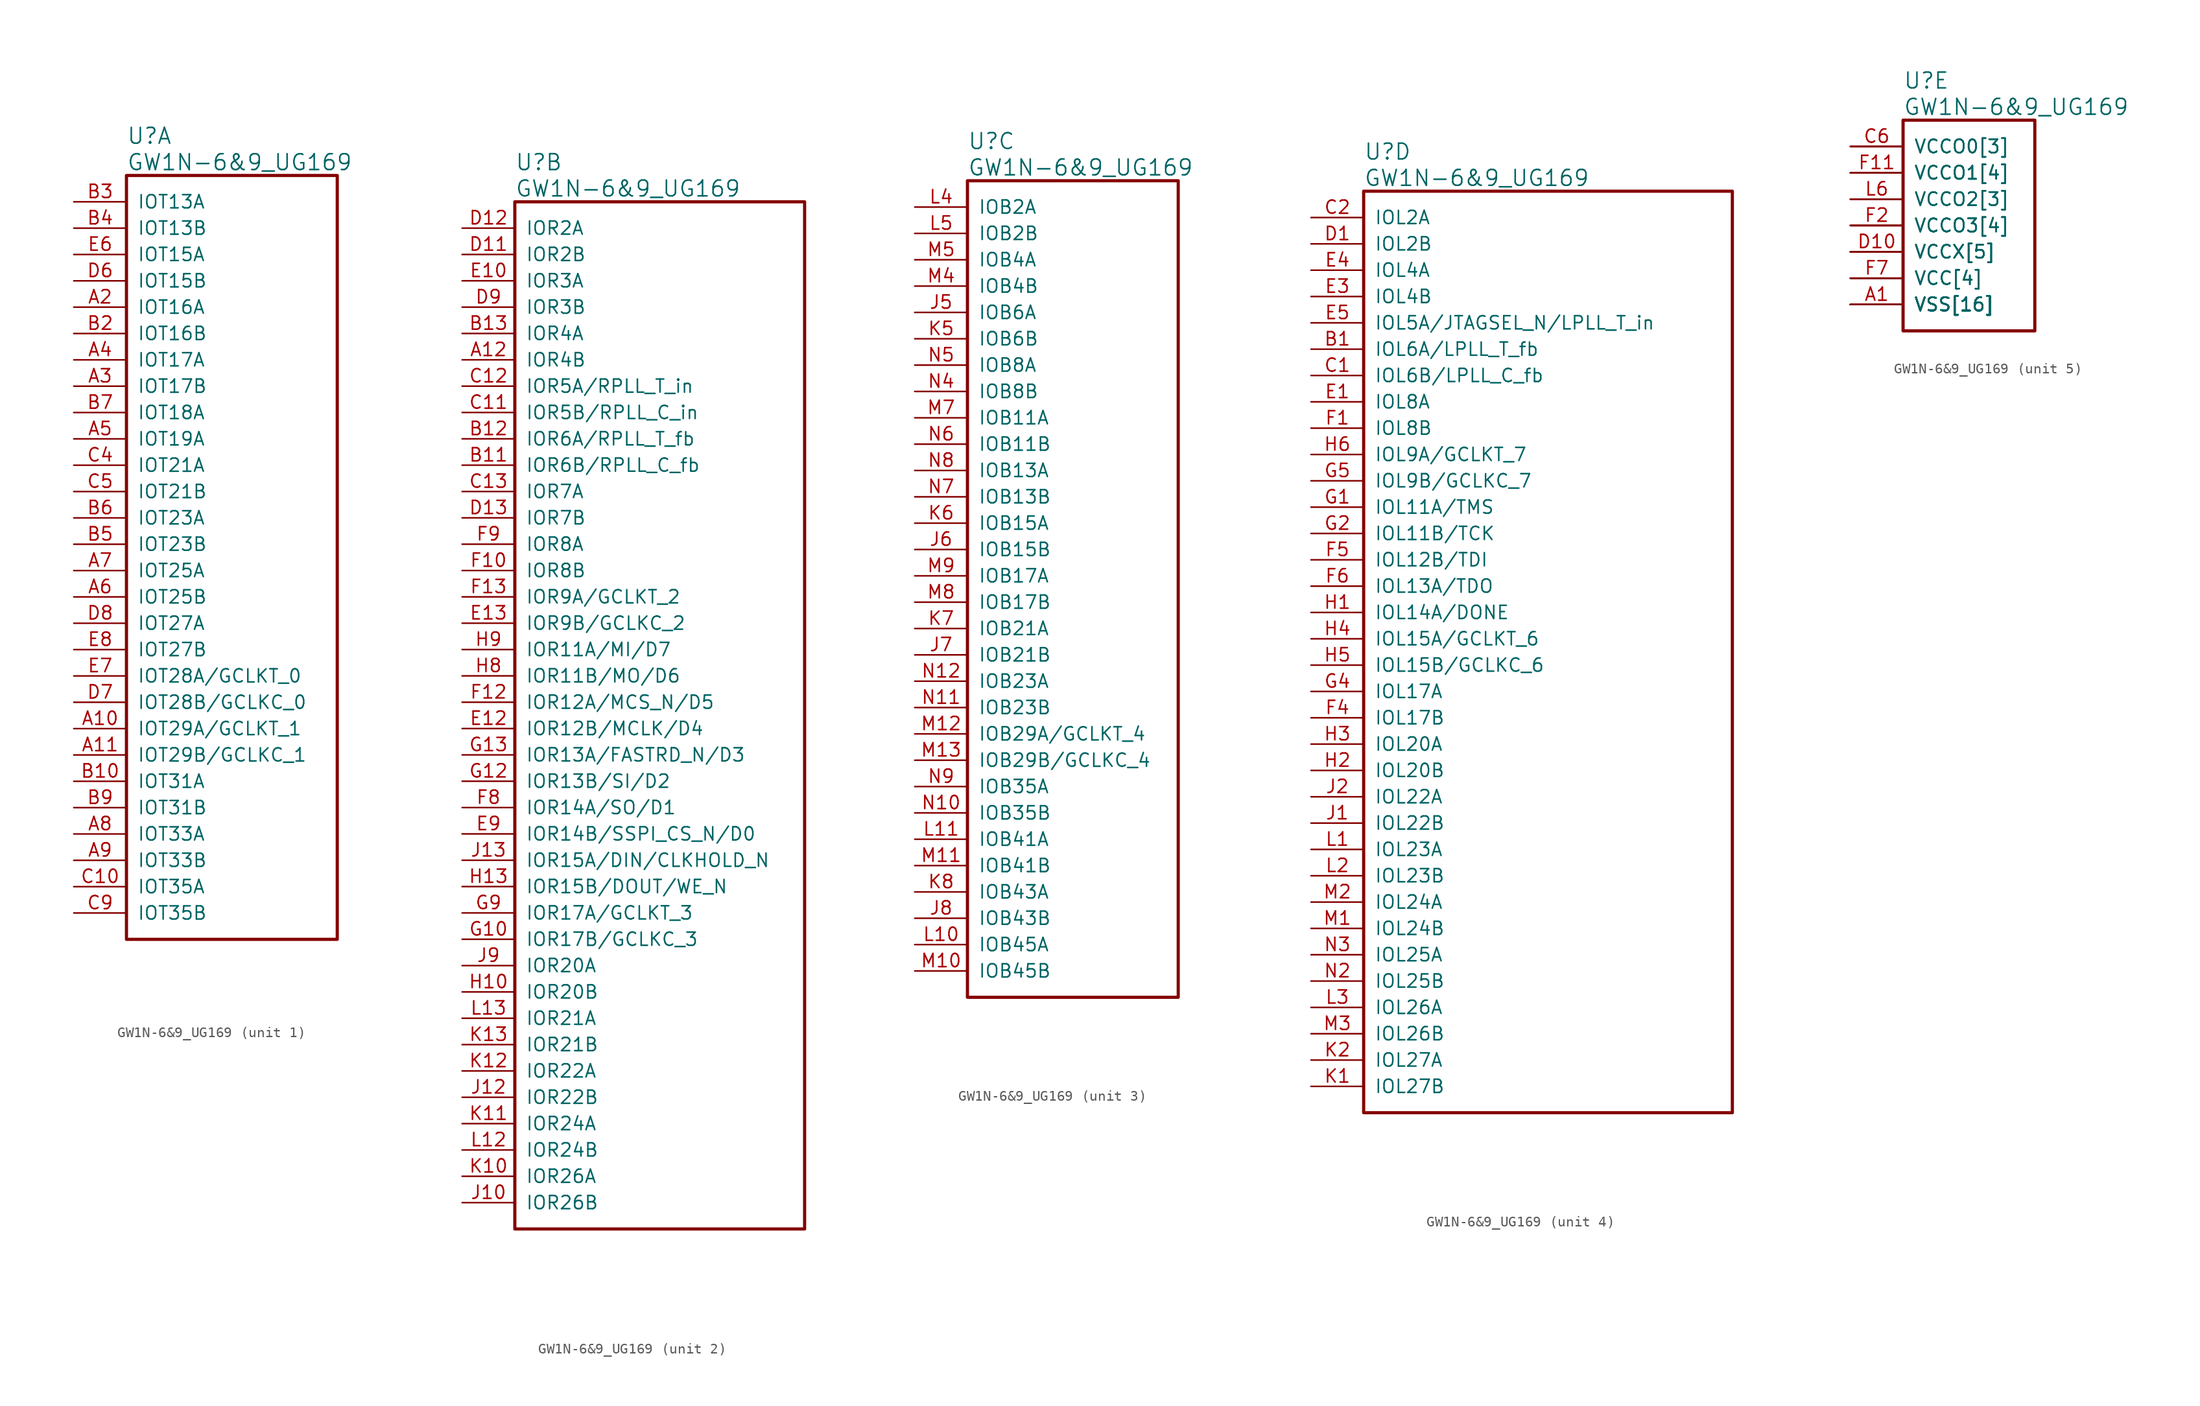
<source format=kicad_sym>
(kicad_symbol_lib
  (version 20241209)
  (generator "kicad_symbol_editor")
  (generator_version "9.0")
  (symbol "GW1N-6&9_UG169"
    (pin_names
      (offset 1.016))
    (property "Reference" "U"
      (at 5.08 6.35 0)
      (effects (font (size 1.524 1.524)) (justify left)))
    (property "Value" "GW1N-6&9_UG169"
      (at 5.08 3.81 0)
      (effects (font (size 1.524 1.524)) (justify left)))
    (property "ki_locked" ""
      (at 0 0 0)
      (effects (font (size 1.27 1.27))))
    (symbol "GW1N-6&9_UG169_1_1"
      (rectangle (start 5.08 2.54) (end 25.4 -71.12) (stroke (width 0.305) (type solid)) (fill (type none)))
      (pin bidirectional line (at 0 0 0) (length 5.08) (name "IOT13A" (effects (font (size 1.27 1.27)))) (number "B3" (effects (font (size 1.27 1.27)))))
      (pin bidirectional line (at 0 -2.54 0) (length 5.08) (name "IOT13B" (effects (font (size 1.27 1.27)))) (number "B4" (effects (font (size 1.27 1.27)))))
      (pin bidirectional line (at 0 -5.08 0) (length 5.08) (name "IOT15A" (effects (font (size 1.27 1.27)))) (number "E6" (effects (font (size 1.27 1.27)))))
      (pin bidirectional line (at 0 -7.62 0) (length 5.08) (name "IOT15B" (effects (font (size 1.27 1.27)))) (number "D6" (effects (font (size 1.27 1.27)))))
      (pin bidirectional line (at 0 -10.16 0) (length 5.08) (name "IOT16A" (effects (font (size 1.27 1.27)))) (number "A2" (effects (font (size 1.27 1.27)))))
      (pin bidirectional line (at 0 -12.7 0) (length 5.08) (name "IOT16B" (effects (font (size 1.27 1.27)))) (number "B2" (effects (font (size 1.27 1.27)))))
      (pin bidirectional line (at 0 -15.24 0) (length 5.08) (name "IOT17A" (effects (font (size 1.27 1.27)))) (number "A4" (effects (font (size 1.27 1.27)))))
      (pin bidirectional line (at 0 -17.78 0) (length 5.08) (name "IOT17B" (effects (font (size 1.27 1.27)))) (number "A3" (effects (font (size 1.27 1.27)))))
      (pin bidirectional line (at 0 -20.32 0) (length 5.08) (name "IOT18A" (effects (font (size 1.27 1.27)))) (number "B7" (effects (font (size 1.27 1.27)))))
      (pin bidirectional line (at 0 -22.86 0) (length 5.08) (name "IOT19A" (effects (font (size 1.27 1.27)))) (number "A5" (effects (font (size 1.27 1.27)))))
      (pin bidirectional line (at 0 -25.4 0) (length 5.08) (name "IOT21A" (effects (font (size 1.27 1.27)))) (number "C4" (effects (font (size 1.27 1.27)))))
      (pin bidirectional line (at 0 -27.94 0) (length 5.08) (name "IOT21B" (effects (font (size 1.27 1.27)))) (number "C5" (effects (font (size 1.27 1.27)))))
      (pin bidirectional line (at 0 -30.48 0) (length 5.08) (name "IOT23A" (effects (font (size 1.27 1.27)))) (number "B6" (effects (font (size 1.27 1.27)))))
      (pin bidirectional line (at 0 -33.02 0) (length 5.08) (name "IOT23B" (effects (font (size 1.27 1.27)))) (number "B5" (effects (font (size 1.27 1.27)))))
      (pin bidirectional line (at 0 -35.56 0) (length 5.08) (name "IOT25A" (effects (font (size 1.27 1.27)))) (number "A7" (effects (font (size 1.27 1.27)))))
      (pin bidirectional line (at 0 -38.1 0) (length 5.08) (name "IOT25B" (effects (font (size 1.27 1.27)))) (number "A6" (effects (font (size 1.27 1.27)))))
      (pin bidirectional line (at 0 -40.64 0) (length 5.08) (name "IOT27A" (effects (font (size 1.27 1.27)))) (number "D8" (effects (font (size 1.27 1.27)))))
      (pin bidirectional line (at 0 -43.18 0) (length 5.08) (name "IOT27B" (effects (font (size 1.27 1.27)))) (number "E8" (effects (font (size 1.27 1.27)))))
      (pin bidirectional line (at 0 -45.72 0) (length 5.08) (name "IOT28A/GCLKT_0" (effects (font (size 1.27 1.27)))) (number "E7" (effects (font (size 1.27 1.27)))))
      (pin bidirectional line (at 0 -48.26 0) (length 5.08) (name "IOT28B/GCLKC_0" (effects (font (size 1.27 1.27)))) (number "D7" (effects (font (size 1.27 1.27)))))
      (pin bidirectional line (at 0 -50.8 0) (length 5.08) (name "IOT29A/GCLKT_1" (effects (font (size 1.27 1.27)))) (number "A10" (effects (font (size 1.27 1.27)))))
      (pin bidirectional line (at 0 -53.34 0) (length 5.08) (name "IOT29B/GCLKC_1" (effects (font (size 1.27 1.27)))) (number "A11" (effects (font (size 1.27 1.27)))))
      (pin bidirectional line (at 0 -55.88 0) (length 5.08) (name "IOT31A" (effects (font (size 1.27 1.27)))) (number "B10" (effects (font (size 1.27 1.27)))))
      (pin bidirectional line (at 0 -58.42 0) (length 5.08) (name "IOT31B" (effects (font (size 1.27 1.27)))) (number "B9" (effects (font (size 1.27 1.27)))))
      (pin bidirectional line (at 0 -60.96 0) (length 5.08) (name "IOT33A" (effects (font (size 1.27 1.27)))) (number "A8" (effects (font (size 1.27 1.27)))))
      (pin bidirectional line (at 0 -63.5 0) (length 5.08) (name "IOT33B" (effects (font (size 1.27 1.27)))) (number "A9" (effects (font (size 1.27 1.27)))))
      (pin bidirectional line (at 0 -66.04 0) (length 5.08) (name "IOT35A" (effects (font (size 1.27 1.27)))) (number "C10" (effects (font (size 1.27 1.27)))))
      (pin bidirectional line (at 0 -68.58 0) (length 5.08) (name "IOT35B" (effects (font (size 1.27 1.27)))) (number "C9" (effects (font (size 1.27 1.27))))))
    (symbol "GW1N-6&9_UG169_2_1"
      (rectangle (start 5.08 2.54) (end 33.02 -96.52) (stroke (width 0.305) (type solid)) (fill (type none)))
      (pin bidirectional line (at 0 0 0) (length 5.08) (name "IOR2A" (effects (font (size 1.27 1.27)))) (number "D12" (effects (font (size 1.27 1.27)))))
      (pin bidirectional line (at 0 -2.54 0) (length 5.08) (name "IOR2B" (effects (font (size 1.27 1.27)))) (number "D11" (effects (font (size 1.27 1.27)))))
      (pin bidirectional line (at 0 -5.08 0) (length 5.08) (name "IOR3A" (effects (font (size 1.27 1.27)))) (number "E10" (effects (font (size 1.27 1.27)))))
      (pin bidirectional line (at 0 -7.62 0) (length 5.08) (name "IOR3B" (effects (font (size 1.27 1.27)))) (number "D9" (effects (font (size 1.27 1.27)))))
      (pin bidirectional line (at 0 -10.16 0) (length 5.08) (name "IOR4A" (effects (font (size 1.27 1.27)))) (number "B13" (effects (font (size 1.27 1.27)))))
      (pin bidirectional line (at 0 -12.7 0) (length 5.08) (name "IOR4B" (effects (font (size 1.27 1.27)))) (number "A12" (effects (font (size 1.27 1.27)))))
      (pin bidirectional line (at 0 -15.24 0) (length 5.08) (name "IOR5A/RPLL_T_in" (effects (font (size 1.27 1.27)))) (number "C12" (effects (font (size 1.27 1.27)))))
      (pin bidirectional line (at 0 -17.78 0) (length 5.08) (name "IOR5B/RPLL_C_in" (effects (font (size 1.27 1.27)))) (number "C11" (effects (font (size 1.27 1.27)))))
      (pin bidirectional line (at 0 -20.32 0) (length 5.08) (name "IOR6A/RPLL_T_fb" (effects (font (size 1.27 1.27)))) (number "B12" (effects (font (size 1.27 1.27)))))
      (pin bidirectional line (at 0 -22.86 0) (length 5.08) (name "IOR6B/RPLL_C_fb" (effects (font (size 1.27 1.27)))) (number "B11" (effects (font (size 1.27 1.27)))))
      (pin bidirectional line (at 0 -25.4 0) (length 5.08) (name "IOR7A" (effects (font (size 1.27 1.27)))) (number "C13" (effects (font (size 1.27 1.27)))))
      (pin bidirectional line (at 0 -27.94 0) (length 5.08) (name "IOR7B" (effects (font (size 1.27 1.27)))) (number "D13" (effects (font (size 1.27 1.27)))))
      (pin bidirectional line (at 0 -30.48 0) (length 5.08) (name "IOR8A" (effects (font (size 1.27 1.27)))) (number "F9" (effects (font (size 1.27 1.27)))))
      (pin bidirectional line (at 0 -33.02 0) (length 5.08) (name "IOR8B" (effects (font (size 1.27 1.27)))) (number "F10" (effects (font (size 1.27 1.27)))))
      (pin bidirectional line (at 0 -35.56 0) (length 5.08) (name "IOR9A/GCLKT_2" (effects (font (size 1.27 1.27)))) (number "F13" (effects (font (size 1.27 1.27)))))
      (pin bidirectional line (at 0 -38.1 0) (length 5.08) (name "IOR9B/GCLKC_2" (effects (font (size 1.27 1.27)))) (number "E13" (effects (font (size 1.27 1.27)))))
      (pin bidirectional line (at 0 -40.64 0) (length 5.08) (name "IOR11A/MI/D7" (effects (font (size 1.27 1.27)))) (number "H9" (effects (font (size 1.27 1.27)))))
      (pin bidirectional line (at 0 -43.18 0) (length 5.08) (name "IOR11B/MO/D6" (effects (font (size 1.27 1.27)))) (number "H8" (effects (font (size 1.27 1.27)))))
      (pin bidirectional line (at 0 -45.72 0) (length 5.08) (name "IOR12A/MCS_N/D5" (effects (font (size 1.27 1.27)))) (number "F12" (effects (font (size 1.27 1.27)))))
      (pin bidirectional line (at 0 -48.26 0) (length 5.08) (name "IOR12B/MCLK/D4" (effects (font (size 1.27 1.27)))) (number "E12" (effects (font (size 1.27 1.27)))))
      (pin bidirectional line (at 0 -50.8 0) (length 5.08) (name "IOR13A/FASTRD_N/D3" (effects (font (size 1.27 1.27)))) (number "G13" (effects (font (size 1.27 1.27)))))
      (pin bidirectional line (at 0 -53.34 0) (length 5.08) (name "IOR13B/SI/D2" (effects (font (size 1.27 1.27)))) (number "G12" (effects (font (size 1.27 1.27)))))
      (pin bidirectional line (at 0 -55.88 0) (length 5.08) (name "IOR14A/SO/D1" (effects (font (size 1.27 1.27)))) (number "F8" (effects (font (size 1.27 1.27)))))
      (pin bidirectional line (at 0 -58.42 0) (length 5.08) (name "IOR14B/SSPI_CS_N/D0" (effects (font (size 1.27 1.27)))) (number "E9" (effects (font (size 1.27 1.27)))))
      (pin bidirectional line (at 0 -60.96 0) (length 5.08) (name "IOR15A/DIN/CLKHOLD_N" (effects (font (size 1.27 1.27)))) (number "J13" (effects (font (size 1.27 1.27)))))
      (pin bidirectional line (at 0 -63.5 0) (length 5.08) (name "IOR15B/DOUT/WE_N" (effects (font (size 1.27 1.27)))) (number "H13" (effects (font (size 1.27 1.27)))))
      (pin bidirectional line (at 0 -66.04 0) (length 5.08) (name "IOR17A/GCLKT_3" (effects (font (size 1.27 1.27)))) (number "G9" (effects (font (size 1.27 1.27)))))
      (pin bidirectional line (at 0 -68.58 0) (length 5.08) (name "IOR17B/GCLKC_3" (effects (font (size 1.27 1.27)))) (number "G10" (effects (font (size 1.27 1.27)))))
      (pin bidirectional line (at 0 -71.12 0) (length 5.08) (name "IOR20A" (effects (font (size 1.27 1.27)))) (number "J9" (effects (font (size 1.27 1.27)))))
      (pin bidirectional line (at 0 -73.66 0) (length 5.08) (name "IOR20B" (effects (font (size 1.27 1.27)))) (number "H10" (effects (font (size 1.27 1.27)))))
      (pin bidirectional line (at 0 -76.2 0) (length 5.08) (name "IOR21A" (effects (font (size 1.27 1.27)))) (number "L13" (effects (font (size 1.27 1.27)))))
      (pin bidirectional line (at 0 -78.74 0) (length 5.08) (name "IOR21B" (effects (font (size 1.27 1.27)))) (number "K13" (effects (font (size 1.27 1.27)))))
      (pin bidirectional line (at 0 -81.28 0) (length 5.08) (name "IOR22A" (effects (font (size 1.27 1.27)))) (number "K12" (effects (font (size 1.27 1.27)))))
      (pin bidirectional line (at 0 -83.82 0) (length 5.08) (name "IOR22B" (effects (font (size 1.27 1.27)))) (number "J12" (effects (font (size 1.27 1.27)))))
      (pin bidirectional line (at 0 -86.36 0) (length 5.08) (name "IOR24A" (effects (font (size 1.27 1.27)))) (number "K11" (effects (font (size 1.27 1.27)))))
      (pin bidirectional line (at 0 -88.9 0) (length 5.08) (name "IOR24B" (effects (font (size 1.27 1.27)))) (number "L12" (effects (font (size 1.27 1.27)))))
      (pin bidirectional line (at 0 -91.44 0) (length 5.08) (name "IOR26A" (effects (font (size 1.27 1.27)))) (number "K10" (effects (font (size 1.27 1.27)))))
      (pin bidirectional line (at 0 -93.98 0) (length 5.08) (name "IOR26B" (effects (font (size 1.27 1.27)))) (number "J10" (effects (font (size 1.27 1.27))))))
    (symbol "GW1N-6&9_UG169_3_1"
      (rectangle (start 5.08 2.54) (end 25.4 -76.2) (stroke (width 0.305) (type solid)) (fill (type none)))
      (pin bidirectional line (at 0 0 0) (length 5.08) (name "IOB2A" (effects (font (size 1.27 1.27)))) (number "L4" (effects (font (size 1.27 1.27)))))
      (pin bidirectional line (at 0 -2.54 0) (length 5.08) (name "IOB2B" (effects (font (size 1.27 1.27)))) (number "L5" (effects (font (size 1.27 1.27)))))
      (pin bidirectional line (at 0 -5.08 0) (length 5.08) (name "IOB4A" (effects (font (size 1.27 1.27)))) (number "M5" (effects (font (size 1.27 1.27)))))
      (pin bidirectional line (at 0 -7.62 0) (length 5.08) (name "IOB4B" (effects (font (size 1.27 1.27)))) (number "M4" (effects (font (size 1.27 1.27)))))
      (pin bidirectional line (at 0 -10.16 0) (length 5.08) (name "IOB6A" (effects (font (size 1.27 1.27)))) (number "J5" (effects (font (size 1.27 1.27)))))
      (pin bidirectional line (at 0 -12.7 0) (length 5.08) (name "IOB6B" (effects (font (size 1.27 1.27)))) (number "K5" (effects (font (size 1.27 1.27)))))
      (pin bidirectional line (at 0 -15.24 0) (length 5.08) (name "IOB8A" (effects (font (size 1.27 1.27)))) (number "N5" (effects (font (size 1.27 1.27)))))
      (pin bidirectional line (at 0 -17.78 0) (length 5.08) (name "IOB8B" (effects (font (size 1.27 1.27)))) (number "N4" (effects (font (size 1.27 1.27)))))
      (pin bidirectional line (at 0 -20.32 0) (length 5.08) (name "IOB11A" (effects (font (size 1.27 1.27)))) (number "M7" (effects (font (size 1.27 1.27)))))
      (pin bidirectional line (at 0 -22.86 0) (length 5.08) (name "IOB11B" (effects (font (size 1.27 1.27)))) (number "N6" (effects (font (size 1.27 1.27)))))
      (pin bidirectional line (at 0 -25.4 0) (length 5.08) (name "IOB13A" (effects (font (size 1.27 1.27)))) (number "N8" (effects (font (size 1.27 1.27)))))
      (pin bidirectional line (at 0 -27.94 0) (length 5.08) (name "IOB13B" (effects (font (size 1.27 1.27)))) (number "N7" (effects (font (size 1.27 1.27)))))
      (pin bidirectional line (at 0 -30.48 0) (length 5.08) (name "IOB15A" (effects (font (size 1.27 1.27)))) (number "K6" (effects (font (size 1.27 1.27)))))
      (pin bidirectional line (at 0 -33.02 0) (length 5.08) (name "IOB15B" (effects (font (size 1.27 1.27)))) (number "J6" (effects (font (size 1.27 1.27)))))
      (pin bidirectional line (at 0 -35.56 0) (length 5.08) (name "IOB17A" (effects (font (size 1.27 1.27)))) (number "M9" (effects (font (size 1.27 1.27)))))
      (pin bidirectional line (at 0 -38.1 0) (length 5.08) (name "IOB17B" (effects (font (size 1.27 1.27)))) (number "M8" (effects (font (size 1.27 1.27)))))
      (pin bidirectional line (at 0 -40.64 0) (length 5.08) (name "IOB21A" (effects (font (size 1.27 1.27)))) (number "K7" (effects (font (size 1.27 1.27)))))
      (pin bidirectional line (at 0 -43.18 0) (length 5.08) (name "IOB21B" (effects (font (size 1.27 1.27)))) (number "J7" (effects (font (size 1.27 1.27)))))
      (pin bidirectional line (at 0 -45.72 0) (length 5.08) (name "IOB23A" (effects (font (size 1.27 1.27)))) (number "N12" (effects (font (size 1.27 1.27)))))
      (pin bidirectional line (at 0 -48.26 0) (length 5.08) (name "IOB23B" (effects (font (size 1.27 1.27)))) (number "N11" (effects (font (size 1.27 1.27)))))
      (pin bidirectional line (at 0 -50.8 0) (length 5.08) (name "IOB29A/GCLKT_4" (effects (font (size 1.27 1.27)))) (number "M12" (effects (font (size 1.27 1.27)))))
      (pin bidirectional line (at 0 -53.34 0) (length 5.08) (name "IOB29B/GCLKC_4" (effects (font (size 1.27 1.27)))) (number "M13" (effects (font (size 1.27 1.27)))))
      (pin bidirectional line (at 0 -55.88 0) (length 5.08) (name "IOB35A" (effects (font (size 1.27 1.27)))) (number "N9" (effects (font (size 1.27 1.27)))))
      (pin bidirectional line (at 0 -58.42 0) (length 5.08) (name "IOB35B" (effects (font (size 1.27 1.27)))) (number "N10" (effects (font (size 1.27 1.27)))))
      (pin bidirectional line (at 0 -60.96 0) (length 5.08) (name "IOB41A" (effects (font (size 1.27 1.27)))) (number "L11" (effects (font (size 1.27 1.27)))))
      (pin bidirectional line (at 0 -63.5 0) (length 5.08) (name "IOB41B" (effects (font (size 1.27 1.27)))) (number "M11" (effects (font (size 1.27 1.27)))))
      (pin bidirectional line (at 0 -66.04 0) (length 5.08) (name "IOB43A" (effects (font (size 1.27 1.27)))) (number "K8" (effects (font (size 1.27 1.27)))))
      (pin bidirectional line (at 0 -68.58 0) (length 5.08) (name "IOB43B" (effects (font (size 1.27 1.27)))) (number "J8" (effects (font (size 1.27 1.27)))))
      (pin bidirectional line (at 0 -71.12 0) (length 5.08) (name "IOB45A" (effects (font (size 1.27 1.27)))) (number "L10" (effects (font (size 1.27 1.27)))))
      (pin bidirectional line (at 0 -73.66 0) (length 5.08) (name "IOB45B" (effects (font (size 1.27 1.27)))) (number "M10" (effects (font (size 1.27 1.27))))))
    (symbol "GW1N-6&9_UG169_4_1"
      (rectangle (start 5.08 2.54) (end 40.64 -86.36) (stroke (width 0.305) (type solid)) (fill (type none)))
      (pin bidirectional line (at 0 0 0) (length 5.08) (name "IOL2A" (effects (font (size 1.27 1.27)))) (number "C2" (effects (font (size 1.27 1.27)))))
      (pin bidirectional line (at 0 -2.54 0) (length 5.08) (name "IOL2B" (effects (font (size 1.27 1.27)))) (number "D1" (effects (font (size 1.27 1.27)))))
      (pin bidirectional line (at 0 -5.08 0) (length 5.08) (name "IOL4A" (effects (font (size 1.27 1.27)))) (number "E4" (effects (font (size 1.27 1.27)))))
      (pin bidirectional line (at 0 -7.62 0) (length 5.08) (name "IOL4B" (effects (font (size 1.27 1.27)))) (number "E3" (effects (font (size 1.27 1.27)))))
      (pin bidirectional line (at 0 -10.16 0) (length 5.08) (name "IOL5A/JTAGSEL_N/LPLL_T_in" (effects (font (size 1.27 1.27)))) (number "E5" (effects (font (size 1.27 1.27)))))
      (pin bidirectional line (at 0 -12.7 0) (length 5.08) (name "IOL6A/LPLL_T_fb" (effects (font (size 1.27 1.27)))) (number "B1" (effects (font (size 1.27 1.27)))))
      (pin bidirectional line (at 0 -15.24 0) (length 5.08) (name "IOL6B/LPLL_C_fb" (effects (font (size 1.27 1.27)))) (number "C1" (effects (font (size 1.27 1.27)))))
      (pin bidirectional line (at 0 -17.78 0) (length 5.08) (name "IOL8A" (effects (font (size 1.27 1.27)))) (number "E1" (effects (font (size 1.27 1.27)))))
      (pin bidirectional line (at 0 -20.32 0) (length 5.08) (name "IOL8B" (effects (font (size 1.27 1.27)))) (number "F1" (effects (font (size 1.27 1.27)))))
      (pin bidirectional line (at 0 -22.86 0) (length 5.08) (name "IOL9A/GCLKT_7" (effects (font (size 1.27 1.27)))) (number "H6" (effects (font (size 1.27 1.27)))))
      (pin bidirectional line (at 0 -25.4 0) (length 5.08) (name "IOL9B/GCLKC_7" (effects (font (size 1.27 1.27)))) (number "G5" (effects (font (size 1.27 1.27)))))
      (pin bidirectional line (at 0 -27.94 0) (length 5.08) (name "IOL11A/TMS" (effects (font (size 1.27 1.27)))) (number "G1" (effects (font (size 1.27 1.27)))))
      (pin bidirectional line (at 0 -30.48 0) (length 5.08) (name "IOL11B/TCK" (effects (font (size 1.27 1.27)))) (number "G2" (effects (font (size 1.27 1.27)))))
      (pin bidirectional line (at 0 -33.02 0) (length 5.08) (name "IOL12B/TDI" (effects (font (size 1.27 1.27)))) (number "F5" (effects (font (size 1.27 1.27)))))
      (pin bidirectional line (at 0 -35.56 0) (length 5.08) (name "IOL13A/TDO" (effects (font (size 1.27 1.27)))) (number "F6" (effects (font (size 1.27 1.27)))))
      (pin bidirectional line (at 0 -38.1 0) (length 5.08) (name "IOL14A/DONE" (effects (font (size 1.27 1.27)))) (number "H1" (effects (font (size 1.27 1.27)))))
      (pin bidirectional line (at 0 -40.64 0) (length 5.08) (name "IOL15A/GCLKT_6" (effects (font (size 1.27 1.27)))) (number "H4" (effects (font (size 1.27 1.27)))))
      (pin bidirectional line (at 0 -43.18 0) (length 5.08) (name "IOL15B/GCLKC_6" (effects (font (size 1.27 1.27)))) (number "H5" (effects (font (size 1.27 1.27)))))
      (pin bidirectional line (at 0 -45.72 0) (length 5.08) (name "IOL17A" (effects (font (size 1.27 1.27)))) (number "G4" (effects (font (size 1.27 1.27)))))
      (pin bidirectional line (at 0 -48.26 0) (length 5.08) (name "IOL17B" (effects (font (size 1.27 1.27)))) (number "F4" (effects (font (size 1.27 1.27)))))
      (pin bidirectional line (at 0 -50.8 0) (length 5.08) (name "IOL20A" (effects (font (size 1.27 1.27)))) (number "H3" (effects (font (size 1.27 1.27)))))
      (pin bidirectional line (at 0 -53.34 0) (length 5.08) (name "IOL20B" (effects (font (size 1.27 1.27)))) (number "H2" (effects (font (size 1.27 1.27)))))
      (pin bidirectional line (at 0 -55.88 0) (length 5.08) (name "IOL22A" (effects (font (size 1.27 1.27)))) (number "J2" (effects (font (size 1.27 1.27)))))
      (pin bidirectional line (at 0 -58.42 0) (length 5.08) (name "IOL22B" (effects (font (size 1.27 1.27)))) (number "J1" (effects (font (size 1.27 1.27)))))
      (pin bidirectional line (at 0 -60.96 0) (length 5.08) (name "IOL23A" (effects (font (size 1.27 1.27)))) (number "L1" (effects (font (size 1.27 1.27)))))
      (pin bidirectional line (at 0 -63.5 0) (length 5.08) (name "IOL23B" (effects (font (size 1.27 1.27)))) (number "L2" (effects (font (size 1.27 1.27)))))
      (pin bidirectional line (at 0 -66.04 0) (length 5.08) (name "IOL24A" (effects (font (size 1.27 1.27)))) (number "M2" (effects (font (size 1.27 1.27)))))
      (pin bidirectional line (at 0 -68.58 0) (length 5.08) (name "IOL24B" (effects (font (size 1.27 1.27)))) (number "M1" (effects (font (size 1.27 1.27)))))
      (pin bidirectional line (at 0 -71.12 0) (length 5.08) (name "IOL25A" (effects (font (size 1.27 1.27)))) (number "N3" (effects (font (size 1.27 1.27)))))
      (pin bidirectional line (at 0 -73.66 0) (length 5.08) (name "IOL25B" (effects (font (size 1.27 1.27)))) (number "N2" (effects (font (size 1.27 1.27)))))
      (pin bidirectional line (at 0 -76.2 0) (length 5.08) (name "IOL26A" (effects (font (size 1.27 1.27)))) (number "L3" (effects (font (size 1.27 1.27)))))
      (pin bidirectional line (at 0 -78.74 0) (length 5.08) (name "IOL26B" (effects (font (size 1.27 1.27)))) (number "M3" (effects (font (size 1.27 1.27)))))
      (pin bidirectional line (at 0 -81.28 0) (length 5.08) (name "IOL27A" (effects (font (size 1.27 1.27)))) (number "K2" (effects (font (size 1.27 1.27)))))
      (pin bidirectional line (at 0 -83.82 0) (length 5.08) (name "IOL27B" (effects (font (size 1.27 1.27)))) (number "K1" (effects (font (size 1.27 1.27))))))
    (symbol "GW1N-6&9_UG169_5_1"
      (rectangle (start 5.08 2.54) (end 17.78 -17.78) (stroke (width 0.305) (type solid)) (fill (type none)))
      (pin power_in line (at 0 0 0) (length 5.08) (name "VCCO0[3]" (effects (font (size 1.27 1.27)))) (number "C6" (effects (font (size 1.27 1.27)))))
      (pin power_in line (at 0 0 0) (length 5.08) (name "VCCO0[3]" (effects (font (size 1.27 1.27)))) (number "C7" (effects (font (size 0 0)))))
      (pin power_in line (at 0 0 0) (length 5.08) (name "VCCO0[3]" (effects (font (size 1.27 1.27)))) (number "C8" (effects (font (size 0 0)))))
      (pin power_in line (at 0 -2.54 0) (length 5.08) (name "VCCO1[4]" (effects (font (size 1.27 1.27)))) (number "F11" (effects (font (size 1.27 1.27)))))
      (pin power_in line (at 0 -2.54 0) (length 5.08) (name "VCCO1[4]" (effects (font (size 1.27 1.27)))) (number "G11" (effects (font (size 0 0)))))
      (pin power_in line (at 0 -2.54 0) (length 5.08) (name "VCCO1[4]" (effects (font (size 1.27 1.27)))) (number "H11" (effects (font (size 0 0)))))
      (pin power_in line (at 0 -2.54 0) (length 5.08) (name "VCCO1[4]" (effects (font (size 1.27 1.27)))) (number "J11" (effects (font (size 0 0)))))
      (pin power_in line (at 0 -5.08 0) (length 5.08) (name "VCCO2[3]" (effects (font (size 1.27 1.27)))) (number "L6" (effects (font (size 1.27 1.27)))))
      (pin power_in line (at 0 -5.08 0) (length 5.08) (name "VCCO2[3]" (effects (font (size 1.27 1.27)))) (number "L7" (effects (font (size 0 0)))))
      (pin power_in line (at 0 -5.08 0) (length 5.08) (name "VCCO2[3]" (effects (font (size 1.27 1.27)))) (number "L8" (effects (font (size 0 0)))))
      (pin power_in line (at 0 -7.62 0) (length 5.08) (name "VCCO3[4]" (effects (font (size 1.27 1.27)))) (number "F2" (effects (font (size 1.27 1.27)))))
      (pin power_in line (at 0 -7.62 0) (length 5.08) (name "VCCO3[4]" (effects (font (size 1.27 1.27)))) (number "G3" (effects (font (size 0 0)))))
      (pin power_in line (at 0 -7.62 0) (length 5.08) (name "VCCO3[4]" (effects (font (size 1.27 1.27)))) (number "J3" (effects (font (size 0 0)))))
      (pin power_in line (at 0 -7.62 0) (length 5.08) (name "VCCO3[4]" (effects (font (size 1.27 1.27)))) (number "K3" (effects (font (size 0 0)))))
      (pin power_in line (at 0 -10.16 0) (length 5.08) (name "VCCX[5]" (effects (font (size 1.27 1.27)))) (number "D10" (effects (font (size 1.27 1.27)))))
      (pin power_in line (at 0 -10.16 0) (length 5.08) (name "VCCX[5]" (effects (font (size 1.27 1.27)))) (number "D3" (effects (font (size 0 0)))))
      (pin power_in line (at 0 -10.16 0) (length 5.08) (name "VCCX[5]" (effects (font (size 1.27 1.27)))) (number "D4" (effects (font (size 0 0)))))
      (pin power_in line (at 0 -10.16 0) (length 5.08) (name "VCCX[5]" (effects (font (size 1.27 1.27)))) (number "K4" (effects (font (size 0 0)))))
      (pin power_in line (at 0 -10.16 0) (length 5.08) (name "VCCX[5]" (effects (font (size 1.27 1.27)))) (number "K9" (effects (font (size 0 0)))))
      (pin power_in line (at 0 -12.7 0) (length 5.08) (name "VCC[4]" (effects (font (size 1.27 1.27)))) (number "F7" (effects (font (size 1.27 1.27)))))
      (pin power_in line (at 0 -12.7 0) (length 5.08) (name "VCC[4]" (effects (font (size 1.27 1.27)))) (number "G6" (effects (font (size 0 0)))))
      (pin power_in line (at 0 -12.7 0) (length 5.08) (name "VCC[4]" (effects (font (size 1.27 1.27)))) (number "G8" (effects (font (size 0 0)))))
      (pin power_in line (at 0 -12.7 0) (length 5.08) (name "VCC[4]" (effects (font (size 1.27 1.27)))) (number "H7" (effects (font (size 0 0)))))
      (pin power_in line (at 0 -15.24 0) (length 5.08) (name "VSS[16]" (effects (font (size 1.27 1.27)))) (number "A1" (effects (font (size 1.27 1.27)))))
      (pin power_in line (at 0 -15.24 0) (length 5.08) (name "VSS[16]" (effects (font (size 1.27 1.27)))) (number "A13" (effects (font (size 0 0)))))
      (pin power_in line (at 0 -15.24 0) (length 5.08) (name "VSS[16]" (effects (font (size 1.27 1.27)))) (number "B8" (effects (font (size 0 0)))))
      (pin power_in line (at 0 -15.24 0) (length 5.08) (name "VSS[16]" (effects (font (size 1.27 1.27)))) (number "C3" (effects (font (size 0 0)))))
      (pin power_in line (at 0 -15.24 0) (length 5.08) (name "VSS[16]" (effects (font (size 1.27 1.27)))) (number "D2" (effects (font (size 0 0)))))
      (pin power_in line (at 0 -15.24 0) (length 5.08) (name "VSS[16]" (effects (font (size 1.27 1.27)))) (number "D5" (effects (font (size 0 0)))))
      (pin power_in line (at 0 -15.24 0) (length 5.08) (name "VSS[16]" (effects (font (size 1.27 1.27)))) (number "E11" (effects (font (size 0 0)))))
      (pin power_in line (at 0 -15.24 0) (length 5.08) (name "VSS[16]" (effects (font (size 1.27 1.27)))) (number "E2" (effects (font (size 0 0)))))
      (pin power_in line (at 0 -15.24 0) (length 5.08) (name "VSS[16]" (effects (font (size 1.27 1.27)))) (number "F3" (effects (font (size 0 0)))))
      (pin power_in line (at 0 -15.24 0) (length 5.08) (name "VSS[16]" (effects (font (size 1.27 1.27)))) (number "G7" (effects (font (size 0 0)))))
      (pin power_in line (at 0 -15.24 0) (length 5.08) (name "VSS[16]" (effects (font (size 1.27 1.27)))) (number "H12" (effects (font (size 0 0)))))
      (pin power_in line (at 0 -15.24 0) (length 5.08) (name "VSS[16]" (effects (font (size 1.27 1.27)))) (number "J4" (effects (font (size 0 0)))))
      (pin power_in line (at 0 -15.24 0) (length 5.08) (name "VSS[16]" (effects (font (size 1.27 1.27)))) (number "L9" (effects (font (size 0 0)))))
      (pin power_in line (at 0 -15.24 0) (length 5.08) (name "VSS[16]" (effects (font (size 1.27 1.27)))) (number "M6" (effects (font (size 0 0)))))
      (pin power_in line (at 0 -15.24 0) (length 5.08) (name "VSS[16]" (effects (font (size 1.27 1.27)))) (number "N1" (effects (font (size 0 0)))))
      (pin power_in line (at 0 -15.24 0) (length 5.08) (name "VSS[16]" (effects (font (size 1.27 1.27)))) (number "N13" (effects (font (size 0 0))))))))
</source>
